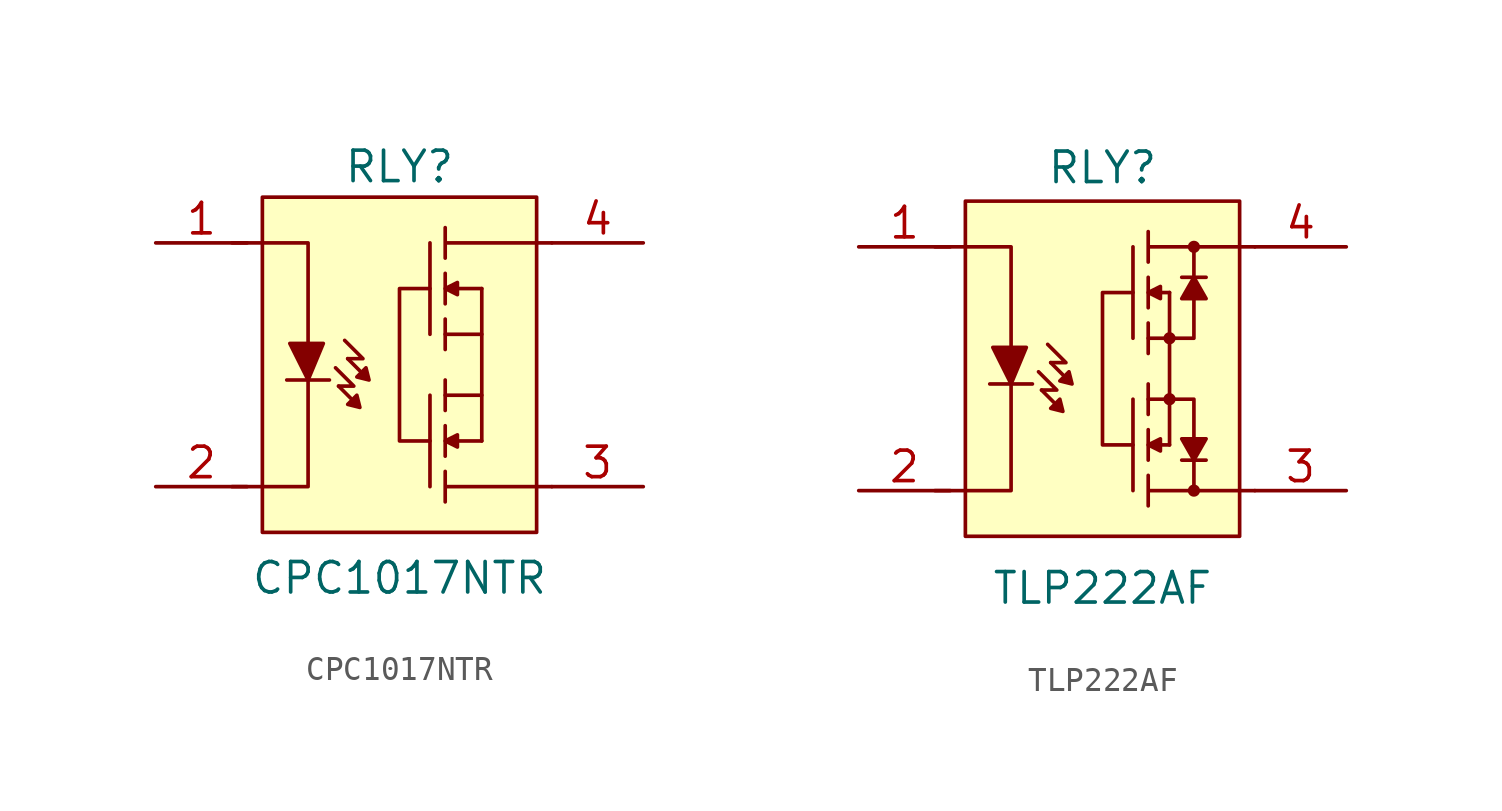
<source format=kicad_sym>
(kicad_symbol_lib
  (version 20211014)
  (generator kicad_symbol_editor)
  (symbol "CPC1017NTR"
    (pin_names
      (offset 0) hide)
    (property "Reference" "RLY"
      (at 0 8.255 0)
      (effects (font (size 1.27 1.27))))
    (property "Value" "CPC1017NTR"
      (at 0 -8.89 0)
      (effects (font (size 1.27 1.27))))
    (symbol "CPC1017NTR_0_1"
      (rectangle (start -5.715 6.985) (end 5.715 -6.985) (stroke (width 0) (type default) (color 0 0 0 0)) (fill (type background)))
      (polyline (pts (xy -4.699 -0.635) (xy -2.921 -0.635)) (stroke (width 0) (type default) (color 0 0 0 0)) (fill (type none)))
      (polyline (pts (xy -2.54 -0.889) (xy -2.032 -1.397)) (stroke (width 0) (type default) (color 0 0 0 0)) (fill (type none)))
      (polyline (pts (xy -2.159 0.254) (xy -1.651 -0.254)) (stroke (width 0) (type default) (color 0 0 0 0)) (fill (type none)))
      (polyline (pts (xy 1.27 -1.27) (xy 1.27 -5.08)) (stroke (width 0) (type default) (color 0 0 0 0)) (fill (type none)))
      (polyline (pts (xy 1.27 5.08) (xy 1.27 1.27)) (stroke (width 0) (type default) (color 0 0 0 0)) (fill (type none)))
      (polyline (pts (xy 1.905 -3.81) (xy 1.905 -2.54)) (stroke (width 0) (type default) (color 0 0 0 0)) (fill (type none)))
      (polyline (pts (xy 1.905 -1.905) (xy 1.905 -0.635)) (stroke (width 0) (type default) (color 0 0 0 0)) (fill (type none)))
      (polyline (pts (xy 1.905 -1.27) (xy 3.429 -1.27)) (stroke (width 0) (type default) (color 0 0 0 0)) (fill (type none)))
      (polyline (pts (xy 1.905 1.27) (xy 3.429 1.27)) (stroke (width 0) (type default) (color 0 0 0 0)) (fill (type none)))
      (polyline (pts (xy 1.905 1.905) (xy 1.905 0.635)) (stroke (width 0) (type default) (color 0 0 0 0)) (fill (type none)))
      (polyline (pts (xy 1.905 3.81) (xy 1.905 2.54)) (stroke (width 0) (type default) (color 0 0 0 0)) (fill (type none)))
      (polyline (pts (xy 3.429 -3.175) (xy 2.413 -3.175)) (stroke (width 0) (type default) (color 0 0 0 0)) (fill (type none)))
      (polyline (pts (xy 3.429 -3.175) (xy 3.429 3.175)) (stroke (width 0) (type default) (color 0 0 0 0)) (fill (type none)))
      (polyline (pts (xy 3.429 3.175) (xy 2.413 3.175)) (stroke (width 0) (type default) (color 0 0 0 0)) (fill (type none)))
      (polyline (pts (xy -3.81 -0.508) (xy -3.81 -5.08) (xy -6.985 -5.08)) (stroke (width 0) (type default) (color 0 0 0 0)) (fill (type none)))
      (polyline (pts (xy -3.81 0.508) (xy -3.81 5.08) (xy -6.985 5.08)) (stroke (width 0) (type default) (color 0 0 0 0)) (fill (type none)))
      (polyline (pts (xy -2.54 -0.889) (xy -1.905 -0.889) (xy -2.667 -0.127)) (stroke (width 0) (type default) (color 0 0 0 0)) (fill (type none)))
      (polyline (pts (xy -2.159 0.254) (xy -1.524 0.254) (xy -2.286 1.016)) (stroke (width 0) (type default) (color 0 0 0 0)) (fill (type none)))
      (polyline (pts (xy -4.572 0.889) (xy -3.175 0.889) (xy -3.81 -0.635) (xy -4.572 0.889)) (stroke (width 0) (type default) (color 0 0 0 0)) (fill (type outline)))
      (polyline (pts (xy -2.159 -1.651) (xy -1.778 -1.27) (xy -1.651 -1.778) (xy -2.159 -1.651)) (stroke (width 0) (type default) (color 0 0 0 0)) (fill (type outline)))
      (polyline (pts (xy -1.778 -0.508) (xy -1.397 -0.127) (xy -1.27 -0.635) (xy -1.778 -0.508)) (stroke (width 0) (type default) (color 0 0 0 0)) (fill (type outline)))
      (polyline (pts (xy 1.27 3.175) (xy 0 3.175) (xy 0 -3.175) (xy 1.27 -3.175)) (stroke (width 0) (type default) (color 0 0 0 0)) (fill (type none)))
      (polyline (pts (xy 2.413 -2.921) (xy 2.413 -3.429) (xy 1.905 -3.175) (xy 2.413 -2.921)) (stroke (width 0) (type default) (color 0 0 0 0)) (fill (type outline)))
      (polyline (pts (xy 2.413 3.429) (xy 2.413 2.921) (xy 1.905 3.175) (xy 2.413 3.429)) (stroke (width 0) (type default) (color 0 0 0 0)) (fill (type outline)))
      (polyline (pts (xy 6.35 -5.08) (xy 1.905 -5.08) (xy 1.905 -4.445) (xy 1.905 -5.715)) (stroke (width 0) (type default) (color 0 0 0 0)) (fill (type none)))
      (polyline (pts (xy 6.35 5.08) (xy 1.905 5.08) (xy 1.905 5.715) (xy 1.905 4.445)) (stroke (width 0) (type default) (color 0 0 0 0)) (fill (type none))))
    (symbol "CPC1017NTR_1_1"
      (pin passive line (at -10.16 5.08 0) (length 3.81) (name "CON+" (effects (font (size 1.27 1.27)))) (number "1" (effects (font (size 1.27 1.27)))))
      (pin passive line (at -10.16 -5.08 0) (length 3.81) (name "CON-" (effects (font (size 1.27 1.27)))) (number "2" (effects (font (size 1.27 1.27)))))
      (pin passive line (at 10.16 -5.08 180) (length 3.81) (name "LOAD" (effects (font (size 1.27 1.27)))) (number "3" (effects (font (size 1.27 1.27)))))
      (pin passive line (at 10.16 5.08 180) (length 3.81) (name "LOAD" (effects (font (size 1.27 1.27)))) (number "4" (effects (font (size 1.27 1.27)))))))
  (symbol "TLP222AF"
    (pin_names
      (offset 0) hide)
    (property "Reference" "RLY"
      (at 0 8.382 0)
      (effects (font (size 1.27 1.27))))
    (property "Value" "TLP222AF"
      (at 0 -9.144 0)
      (effects (font (size 1.27 1.27))))
    (symbol "TLP222AF_0_1"
      (rectangle (start -5.715 6.985) (end 5.715 -6.985) (stroke (width 0) (type default) (color 0 0 0 0)) (fill (type background)))
      (polyline (pts (xy -4.699 -0.635) (xy -2.921 -0.635)) (stroke (width 0) (type default) (color 0 0 0 0)) (fill (type none)))
      (polyline (pts (xy -2.54 -0.889) (xy -2.032 -1.397)) (stroke (width 0) (type default) (color 0 0 0 0)) (fill (type none)))
      (polyline (pts (xy -2.159 0.254) (xy -1.651 -0.254)) (stroke (width 0) (type default) (color 0 0 0 0)) (fill (type none)))
      (polyline (pts (xy 1.27 -1.27) (xy 1.27 -5.08)) (stroke (width 0) (type default) (color 0 0 0 0)) (fill (type none)))
      (polyline (pts (xy 1.27 5.08) (xy 1.27 1.27)) (stroke (width 0) (type default) (color 0 0 0 0)) (fill (type none)))
      (polyline (pts (xy 1.905 -3.81) (xy 1.905 -2.54)) (stroke (width 0) (type default) (color 0 0 0 0)) (fill (type none)))
      (polyline (pts (xy 1.905 -1.905) (xy 1.905 -0.635)) (stroke (width 0) (type default) (color 0 0 0 0)) (fill (type none)))
      (polyline (pts (xy 1.905 1.905) (xy 1.905 0.635)) (stroke (width 0) (type default) (color 0 0 0 0)) (fill (type none)))
      (polyline (pts (xy 1.905 3.81) (xy 1.905 2.54)) (stroke (width 0) (type default) (color 0 0 0 0)) (fill (type none)))
      (polyline (pts (xy 2.794 -3.175) (xy 2.413 -3.175)) (stroke (width 0) (type default) (color 0 0 0 0)) (fill (type none)))
      (polyline (pts (xy 2.794 -3.175) (xy 2.794 3.175)) (stroke (width 0) (type default) (color 0 0 0 0)) (fill (type none)))
      (polyline (pts (xy 2.794 3.175) (xy 2.413 3.175)) (stroke (width 0) (type default) (color 0 0 0 0)) (fill (type none)))
      (polyline (pts (xy 3.302 -3.81) (xy 4.318 -3.81)) (stroke (width 0) (type default) (color 0 0 0 0)) (fill (type none)))
      (polyline (pts (xy 3.302 3.81) (xy 4.318 3.81)) (stroke (width 0) (type default) (color 0 0 0 0)) (fill (type none)))
      (polyline (pts (xy 3.81 -3.81) (xy 3.81 -5.08)) (stroke (width 0) (type default) (color 0 0 0 0)) (fill (type none)))
      (polyline (pts (xy 3.81 3.81) (xy 3.81 5.08)) (stroke (width 0) (type default) (color 0 0 0 0)) (fill (type none)))
      (polyline (pts (xy -3.81 -0.508) (xy -3.81 -5.08) (xy -6.985 -5.08)) (stroke (width 0) (type default) (color 0 0 0 0)) (fill (type none)))
      (polyline (pts (xy -3.81 0.508) (xy -3.81 5.08) (xy -6.985 5.08)) (stroke (width 0) (type default) (color 0 0 0 0)) (fill (type none)))
      (polyline (pts (xy -2.54 -0.889) (xy -1.905 -0.889) (xy -2.667 -0.127)) (stroke (width 0) (type default) (color 0 0 0 0)) (fill (type none)))
      (polyline (pts (xy -2.159 0.254) (xy -1.524 0.254) (xy -2.286 1.016)) (stroke (width 0) (type default) (color 0 0 0 0)) (fill (type none)))
      (polyline (pts (xy 1.905 -1.27) (xy 3.81 -1.27) (xy 3.81 -3.175)) (stroke (width 0) (type default) (color 0 0 0 0)) (fill (type none)))
      (polyline (pts (xy 1.905 1.27) (xy 3.81 1.27) (xy 3.81 3.175)) (stroke (width 0) (type default) (color 0 0 0 0)) (fill (type none)))
      (polyline (pts (xy -4.572 0.889) (xy -3.175 0.889) (xy -3.81 -0.635) (xy -4.572 0.889)) (stroke (width 0) (type default) (color 0 0 0 0)) (fill (type outline)))
      (polyline (pts (xy -2.159 -1.651) (xy -1.778 -1.27) (xy -1.651 -1.778) (xy -2.159 -1.651)) (stroke (width 0) (type default) (color 0 0 0 0)) (fill (type outline)))
      (polyline (pts (xy -1.778 -0.508) (xy -1.397 -0.127) (xy -1.27 -0.635) (xy -1.778 -0.508)) (stroke (width 0) (type default) (color 0 0 0 0)) (fill (type outline)))
      (polyline (pts (xy 1.27 -3.175) (xy 0 -3.175) (xy 0 3.175) (xy 1.27 3.175)) (stroke (width 0) (type default) (color 0 0 0 0)) (fill (type none)))
      (polyline (pts (xy 2.413 -2.921) (xy 2.413 -3.429) (xy 1.905 -3.175) (xy 2.413 -2.921)) (stroke (width 0) (type default) (color 0 0 0 0)) (fill (type outline)))
      (polyline (pts (xy 2.413 3.429) (xy 2.413 2.921) (xy 1.905 3.175) (xy 2.413 3.429)) (stroke (width 0) (type default) (color 0 0 0 0)) (fill (type outline)))
      (polyline (pts (xy 3.81 -3.81) (xy 3.302 -2.921) (xy 4.318 -2.921) (xy 3.81 -3.81)) (stroke (width 0) (type default) (color 0 0 0 0)) (fill (type outline)))
      (polyline (pts (xy 3.81 3.81) (xy 3.302 2.921) (xy 4.318 2.921) (xy 3.81 3.81)) (stroke (width 0) (type default) (color 0 0 0 0)) (fill (type outline)))
      (polyline (pts (xy 6.35 -5.08) (xy 1.905 -5.08) (xy 1.905 -4.445) (xy 1.905 -5.715)) (stroke (width 0) (type default) (color 0 0 0 0)) (fill (type none)))
      (polyline (pts (xy 6.35 5.08) (xy 1.905 5.08) (xy 1.905 5.715) (xy 1.905 4.445)) (stroke (width 0) (type default) (color 0 0 0 0)) (fill (type none)))
      (circle (center 2.794 -1.27) (radius 0.178) (stroke (width 0) (type default) (color 0 0 0 0)) (fill (type outline)))
      (circle (center 2.794 1.27) (radius 0.178) (stroke (width 0) (type default) (color 0 0 0 0)) (fill (type outline)))
      (circle (center 3.81 -5.08) (radius 0.178) (stroke (width 0) (type default) (color 0 0 0 0)) (fill (type outline)))
      (circle (center 3.81 5.08) (radius 0.178) (stroke (width 0) (type default) (color 0 0 0 0)) (fill (type outline))))
    (symbol "TLP222AF_1_1"
      (pin passive line (at -10.16 5.08 0) (length 3.81) (name "A" (effects (font (size 1.27 1.27)))) (number "1" (effects (font (size 1.27 1.27)))))
      (pin passive line (at -10.16 -5.08 0) (length 3.81) (name "K" (effects (font (size 1.27 1.27)))) (number "2" (effects (font (size 1.27 1.27)))))
      (pin passive line (at 10.16 -5.08 180) (length 3.81) (name "DRAIN" (effects (font (size 1.27 1.27)))) (number "3" (effects (font (size 1.27 1.27)))))
      (pin passive line (at 10.16 5.08 180) (length 3.81) (name "DRAIN" (effects (font (size 1.27 1.27)))) (number "4" (effects (font (size 1.27 1.27))))))))
</source>
